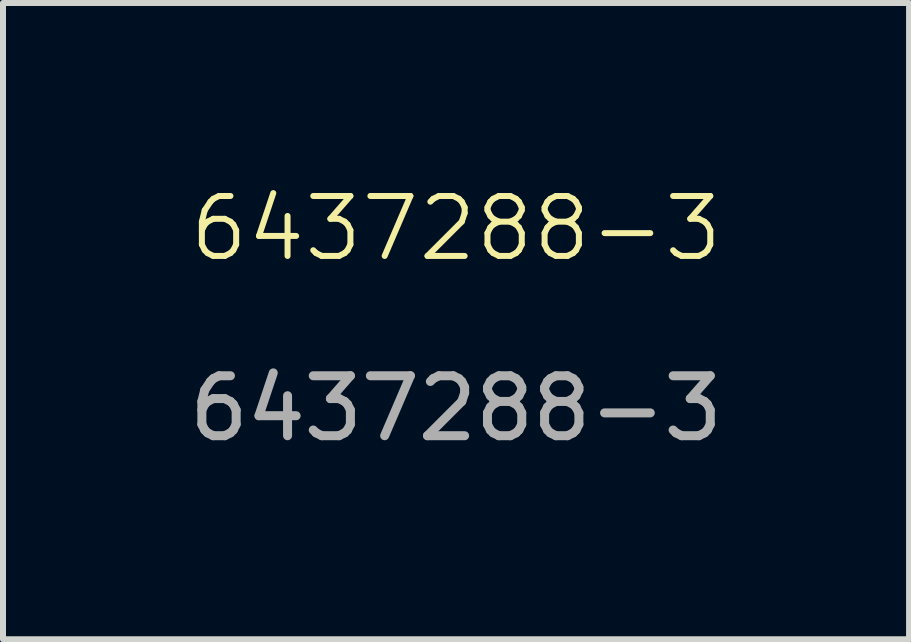
<source format=kicad_pcb>
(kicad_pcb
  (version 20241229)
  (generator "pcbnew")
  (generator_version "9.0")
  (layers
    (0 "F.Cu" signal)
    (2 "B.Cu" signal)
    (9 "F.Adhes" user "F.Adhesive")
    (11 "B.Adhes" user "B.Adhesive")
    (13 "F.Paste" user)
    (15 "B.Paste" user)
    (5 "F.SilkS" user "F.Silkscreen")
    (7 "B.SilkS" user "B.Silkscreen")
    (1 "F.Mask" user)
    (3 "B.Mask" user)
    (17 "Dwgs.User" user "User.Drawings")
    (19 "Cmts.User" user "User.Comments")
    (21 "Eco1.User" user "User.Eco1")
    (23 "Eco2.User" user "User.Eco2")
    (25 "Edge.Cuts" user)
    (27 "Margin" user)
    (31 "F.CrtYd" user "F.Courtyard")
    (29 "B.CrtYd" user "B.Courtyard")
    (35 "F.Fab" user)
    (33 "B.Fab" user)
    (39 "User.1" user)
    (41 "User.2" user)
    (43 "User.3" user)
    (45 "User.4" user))
  (footprint "6437288-3"
    (layer "F.Cu")
    (at 4.554 1.26)
    (property "Reference" "6437288-3" (at 0 -0.5 0) (unlocked yes) (layer "F.SilkS") (effects (font (size 1 1) (thickness 0.1))))
    (attr through_hole)
    (fp_text user "${REFERENCE}" (at 0 2.5 0) (unlocked yes) (layer "F.Fab") (effects (font (size 1 1) (thickness 0.15)))))
  (gr_rect
    (start -3 -3)
    (end 12.107 7.609)
    (stroke (width 0.1) (type default))
    (fill no)
    (layer "Edge.Cuts")))
</source>
